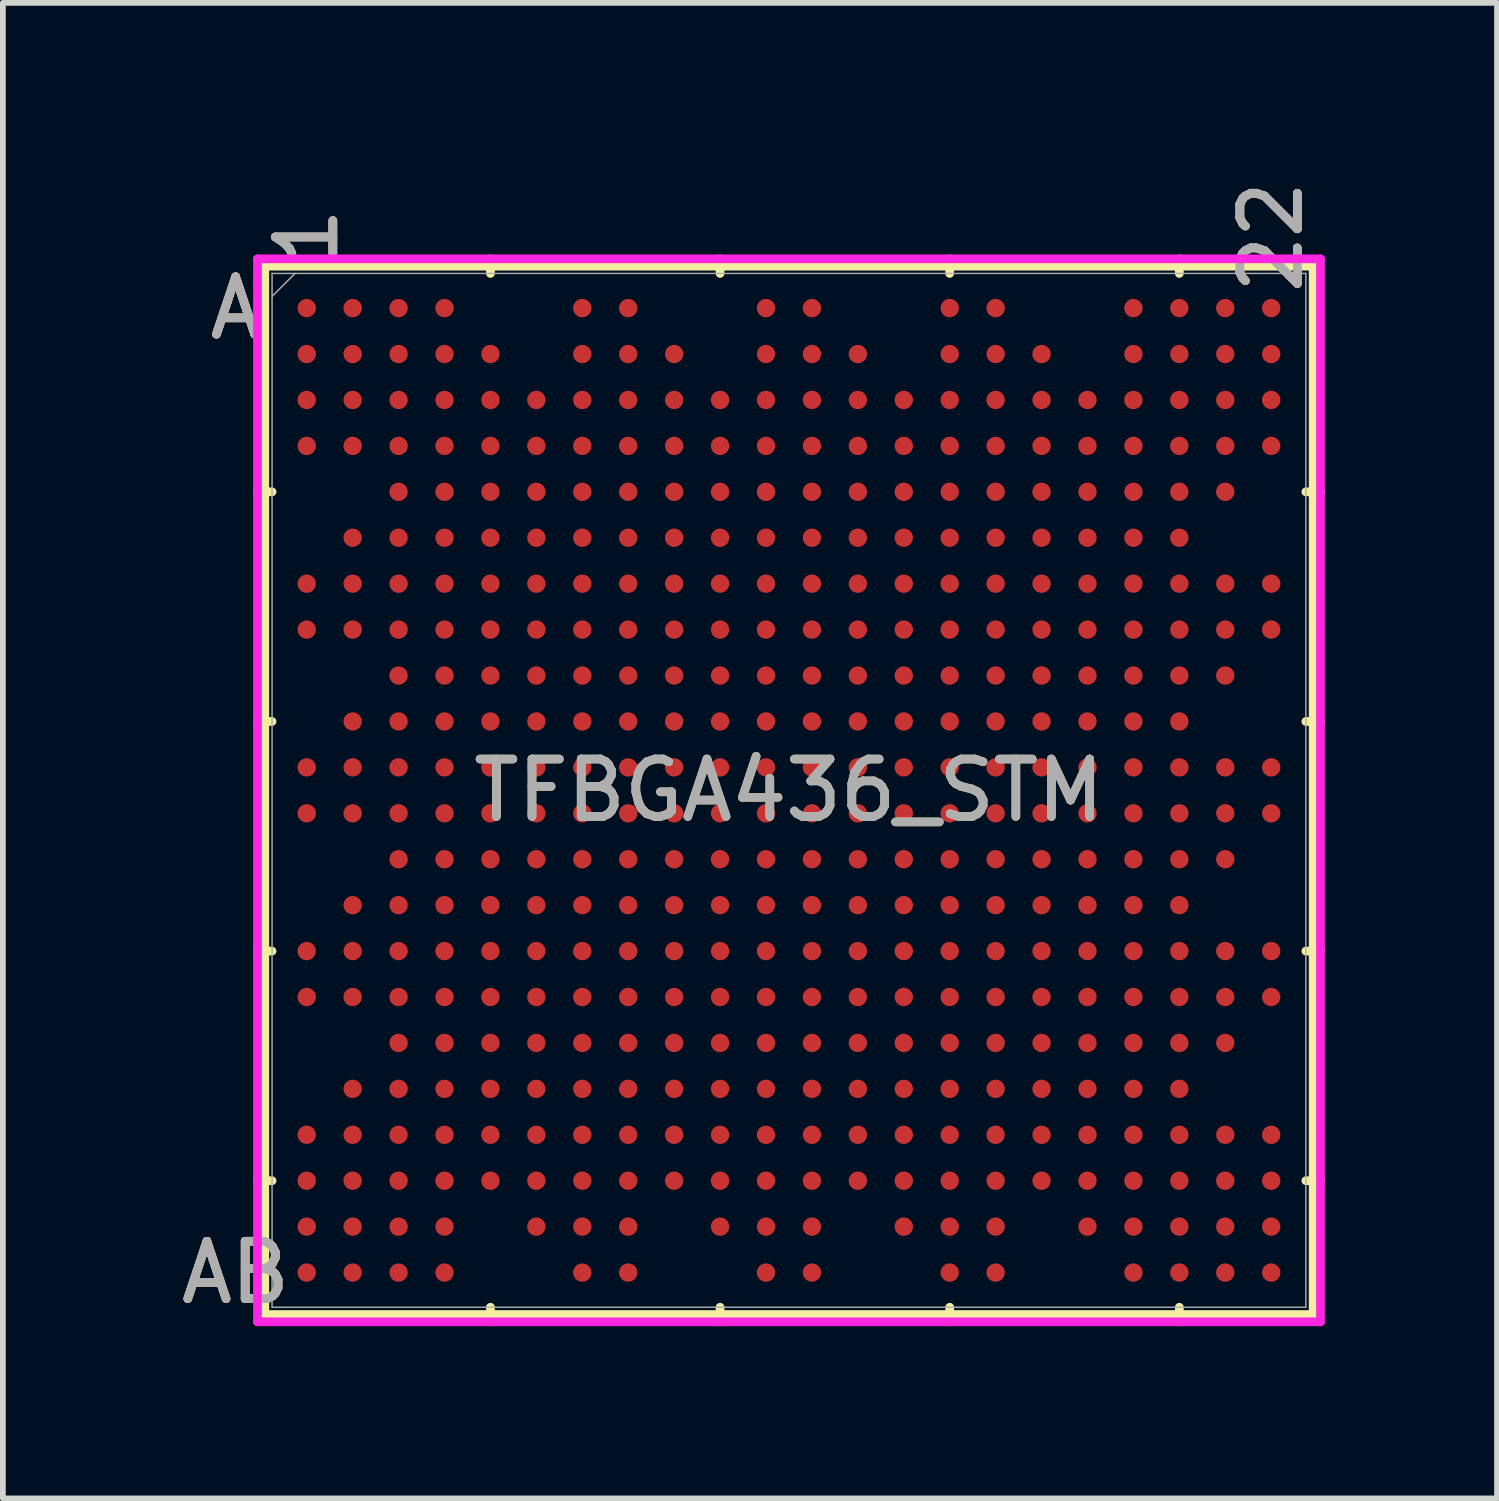
<source format=kicad_pcb>
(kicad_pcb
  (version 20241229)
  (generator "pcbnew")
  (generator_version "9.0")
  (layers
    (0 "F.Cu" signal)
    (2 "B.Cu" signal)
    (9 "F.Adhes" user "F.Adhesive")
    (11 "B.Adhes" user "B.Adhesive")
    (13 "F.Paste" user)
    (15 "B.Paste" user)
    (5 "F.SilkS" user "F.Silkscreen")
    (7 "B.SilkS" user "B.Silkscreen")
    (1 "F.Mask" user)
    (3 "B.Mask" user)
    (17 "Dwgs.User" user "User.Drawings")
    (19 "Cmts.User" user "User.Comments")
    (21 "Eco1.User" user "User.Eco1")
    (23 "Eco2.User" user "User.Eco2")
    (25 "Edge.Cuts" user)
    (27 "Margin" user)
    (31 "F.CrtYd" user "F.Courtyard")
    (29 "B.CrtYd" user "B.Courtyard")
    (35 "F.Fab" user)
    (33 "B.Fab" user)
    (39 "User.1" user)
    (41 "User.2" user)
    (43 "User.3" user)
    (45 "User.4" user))
  (footprint "TFBGA436_STM"
    (layer "F.Cu")
    (at 10.693 10.717)
    (property "Reference" "TFBGA436_STM" (at 0 0 0) (unlocked yes) (layer "F.SilkS") (effects (font (size 1 1) (thickness 0.15))))
    (attr smd)
    (fp_line (start -9.131 -9.131) (end -9.131 9.131) (stroke (width 0.152) (type solid)) (layer "F.SilkS"))
    (fp_line (start -9.131 9.131) (end 9.131 9.131) (stroke (width 0.152) (type solid)) (layer "F.SilkS"))
    (fp_line (start -9.004 -5.2) (end -9.258 -5.2) (stroke (width 0.152) (type solid)) (layer "F.SilkS"))
    (fp_line (start -9.004 -1.2) (end -9.258 -1.2) (stroke (width 0.152) (type solid)) (layer "F.SilkS"))
    (fp_line (start -9.004 2.8) (end -9.258 2.8) (stroke (width 0.152) (type solid)) (layer "F.SilkS"))
    (fp_line (start -9.004 6.8) (end -9.258 6.8) (stroke (width 0.152) (type solid)) (layer "F.SilkS"))
    (fp_line (start -5.2 -9.004) (end -5.2 -9.258) (stroke (width 0.152) (type solid)) (layer "F.SilkS"))
    (fp_line (start -5.2 9.004) (end -5.2 9.258) (stroke (width 0.152) (type solid)) (layer "F.SilkS"))
    (fp_line (start -1.2 -9.004) (end -1.2 -9.258) (stroke (width 0.152) (type solid)) (layer "F.SilkS"))
    (fp_line (start -1.2 9.004) (end -1.2 9.258) (stroke (width 0.152) (type solid)) (layer "F.SilkS"))
    (fp_line (start 2.8 -9.004) (end 2.8 -9.258) (stroke (width 0.152) (type solid)) (layer "F.SilkS"))
    (fp_line (start 2.8 9.004) (end 2.8 9.258) (stroke (width 0.152) (type solid)) (layer "F.SilkS"))
    (fp_line (start 6.8 -9.004) (end 6.8 -9.258) (stroke (width 0.152) (type solid)) (layer "F.SilkS"))
    (fp_line (start 6.8 9.004) (end 6.8 9.258) (stroke (width 0.152) (type solid)) (layer "F.SilkS"))
    (fp_line (start 9.004 -5.2) (end 9.258 -5.2) (stroke (width 0.152) (type solid)) (layer "F.SilkS"))
    (fp_line (start 9.004 -1.2) (end 9.258 -1.2) (stroke (width 0.152) (type solid)) (layer "F.SilkS"))
    (fp_line (start 9.004 2.8) (end 9.258 2.8) (stroke (width 0.152) (type solid)) (layer "F.SilkS"))
    (fp_line (start 9.004 6.8) (end 9.258 6.8) (stroke (width 0.152) (type solid)) (layer "F.SilkS"))
    (fp_line (start 9.131 -9.131) (end -9.131 -9.131) (stroke (width 0.152) (type solid)) (layer "F.SilkS"))
    (fp_line (start 9.131 9.131) (end 9.131 -9.131) (stroke (width 0.152) (type solid)) (layer "F.SilkS"))
    (fp_poly (pts (xy -9.244 -9.244) (xy 9.244 -9.244) (xy 9.244 9.244) (xy -9.244 9.244)) (stroke (width 0.1) (type solid)) (fill no) (layer "Eco2.User"))
    (fp_line (start -9.258 -9.258) (end 9.258 -9.258) (stroke (width 0.152) (type solid)) (layer "F.CrtYd"))
    (fp_line (start -9.258 9.258) (end -9.258 -9.258) (stroke (width 0.152) (type solid)) (layer "F.CrtYd"))
    (fp_line (start 9.258 -9.258) (end 9.258 9.258) (stroke (width 0.152) (type solid)) (layer "F.CrtYd"))
    (fp_line (start 9.258 9.258) (end -9.258 9.258) (stroke (width 0.152) (type solid)) (layer "F.CrtYd"))
    (fp_line (start -9.004 -9.004) (end -9.004 9.004) (stroke (width 0.025) (type solid)) (layer "F.Fab"))
    (fp_line (start -9.004 9.004) (end 9.004 9.004) (stroke (width 0.025) (type solid)) (layer "F.Fab"))
    (fp_line (start -8.604 -9.004) (end -9.004 -8.604) (stroke (width 0.025) (type solid)) (layer "F.Fab"))
    (fp_line (start 9.004 -9.004) (end -9.004 -9.004) (stroke (width 0.025) (type solid)) (layer "F.Fab"))
    (fp_line (start 9.004 9.004) (end 9.004 -9.004) (stroke (width 0.025) (type solid)) (layer "F.Fab"))
    (fp_text user "A" (at -9.639 -8.4 0) (unlocked yes) (layer "F.SilkS") (effects (font (size 1 1) (thickness 0.15))))
    (fp_text user "22" (at 8.4 -9.639 90) (unlocked yes) (layer "F.SilkS") (effects (font (size 1 1) (thickness 0.15))))
    (fp_text user "AB" (at -9.639 8.4 0) (unlocked yes) (layer "F.SilkS") (effects (font (size 1 1) (thickness 0.15))))
    (fp_text user "1" (at -8.4 -9.639 90) (unlocked yes) (layer "F.SilkS") (effects (font (size 1 1) (thickness 0.15))))
    (fp_text user "1" (at -8.4 -9.639 90) (unlocked yes) (layer "B.SilkS") (effects (font (size 1 1) (thickness 0.15))))
    (fp_text user "22" (at 8.4 -9.639 90) (unlocked yes) (layer "B.SilkS") (effects (font (size 1 1) (thickness 0.15))))
    (fp_text user "AB" (at -9.639 8.4 0) (unlocked yes) (layer "B.SilkS") (effects (font (size 1 1) (thickness 0.15))))
    (fp_text user "A" (at -9.639 -8.4 0) (unlocked yes) (layer "B.SilkS") (effects (font (size 1 1) (thickness 0.15))))
    (fp_text user "1" (at -8.4 -9.639 90) (unlocked yes) (layer "F.Fab") (effects (font (size 1 1) (thickness 0.15))))
    (fp_text user "${REFERENCE}" (at 0 0 0) (unlocked yes) (layer "F.Fab") (effects (font (size 1 1) (thickness 0.15))))
    (fp_text user "22" (at 8.4 -9.639 90) (unlocked yes) (layer "F.Fab") (effects (font (size 1 1) (thickness 0.15))))
    (fp_text user "A" (at -9.639 -8.4 0) (unlocked yes) (layer "F.Fab") (effects (font (size 1 1) (thickness 0.15))))
    (fp_text user "AB" (at -9.639 8.4 0) (unlocked yes) (layer "F.Fab") (effects (font (size 1 1) (thickness 0.15))))
    (pad "A1" smd circle (at -8.4 -8.4) (size 0.32 0.32) (layers "F.Cu" "F.Mask" "F.Paste"))
    (pad "A2" smd circle (at -7.6 -8.4) (size 0.32 0.32) (layers "F.Cu" "F.Mask" "F.Paste"))
    (pad "A3" smd circle (at -6.8 -8.4) (size 0.32 0.32) (layers "F.Cu" "F.Mask" "F.Paste"))
    (pad "A4" smd circle (at -6 -8.4) (size 0.32 0.32) (layers "F.Cu" "F.Mask" "F.Paste"))
    (pad "A7" smd circle (at -3.6 -8.4) (size 0.32 0.32) (layers "F.Cu" "F.Mask" "F.Paste"))
    (pad "A8" smd circle (at -2.8 -8.4) (size 0.32 0.32) (layers "F.Cu" "F.Mask" "F.Paste"))
    (pad "A11" smd circle (at -0.4 -8.4) (size 0.32 0.32) (layers "F.Cu" "F.Mask" "F.Paste"))
    (pad "A12" smd circle (at 0.4 -8.4) (size 0.32 0.32) (layers "F.Cu" "F.Mask" "F.Paste"))
    (pad "A15" smd circle (at 2.8 -8.4) (size 0.32 0.32) (layers "F.Cu" "F.Mask" "F.Paste"))
    (pad "A16" smd circle (at 3.6 -8.4) (size 0.32 0.32) (layers "F.Cu" "F.Mask" "F.Paste"))
    (pad "A19" smd circle (at 6 -8.4) (size 0.32 0.32) (layers "F.Cu" "F.Mask" "F.Paste"))
    (pad "A20" smd circle (at 6.8 -8.4) (size 0.32 0.32) (layers "F.Cu" "F.Mask" "F.Paste"))
    (pad "A21" smd circle (at 7.6 -8.4) (size 0.32 0.32) (layers "F.Cu" "F.Mask" "F.Paste"))
    (pad "A22" smd circle (at 8.4 -8.4) (size 0.32 0.32) (layers "F.Cu" "F.Mask" "F.Paste"))
    (pad "AA1" smd circle (at -8.4 7.6) (size 0.32 0.32) (layers "F.Cu" "F.Mask" "F.Paste"))
    (pad "AA2" smd circle (at -7.6 7.6) (size 0.32 0.32) (layers "F.Cu" "F.Mask" "F.Paste"))
    (pad "AA3" smd circle (at -6.8 7.6) (size 0.32 0.32) (layers "F.Cu" "F.Mask" "F.Paste"))
    (pad "AA4" smd circle (at -6 7.6) (size 0.32 0.32) (layers "F.Cu" "F.Mask" "F.Paste"))
    (pad "AA6" smd circle (at -4.4 7.6) (size 0.32 0.32) (layers "F.Cu" "F.Mask" "F.Paste"))
    (pad "AA7" smd circle (at -3.6 7.6) (size 0.32 0.32) (layers "F.Cu" "F.Mask" "F.Paste"))
    (pad "AA8" smd circle (at -2.8 7.6) (size 0.32 0.32) (layers "F.Cu" "F.Mask" "F.Paste"))
    (pad "AA10" smd circle (at -1.2 7.6) (size 0.32 0.32) (layers "F.Cu" "F.Mask" "F.Paste"))
    (pad "AA11" smd circle (at -0.4 7.6) (size 0.32 0.32) (layers "F.Cu" "F.Mask" "F.Paste"))
    (pad "AA12" smd circle (at 0.4 7.6) (size 0.32 0.32) (layers "F.Cu" "F.Mask" "F.Paste"))
    (pad "AA14" smd circle (at 2 7.6) (size 0.32 0.32) (layers "F.Cu" "F.Mask" "F.Paste"))
    (pad "AA15" smd circle (at 2.8 7.6) (size 0.32 0.32) (layers "F.Cu" "F.Mask" "F.Paste"))
    (pad "AA16" smd circle (at 3.6 7.6) (size 0.32 0.32) (layers "F.Cu" "F.Mask" "F.Paste"))
    (pad "AA18" smd circle (at 5.2 7.6) (size 0.32 0.32) (layers "F.Cu" "F.Mask" "F.Paste"))
    (pad "AA19" smd circle (at 6 7.6) (size 0.32 0.32) (layers "F.Cu" "F.Mask" "F.Paste"))
    (pad "AA20" smd circle (at 6.8 7.6) (size 0.32 0.32) (layers "F.Cu" "F.Mask" "F.Paste"))
    (pad "AA21" smd circle (at 7.6 7.6) (size 0.32 0.32) (layers "F.Cu" "F.Mask" "F.Paste"))
    (pad "AA22" smd circle (at 8.4 7.6) (size 0.32 0.32) (layers "F.Cu" "F.Mask" "F.Paste"))
    (pad "AB1" smd circle (at -8.4 8.4) (size 0.32 0.32) (layers "F.Cu" "F.Mask" "F.Paste"))
    (pad "AB2" smd circle (at -7.6 8.4) (size 0.32 0.32) (layers "F.Cu" "F.Mask" "F.Paste"))
    (pad "AB3" smd circle (at -6.8 8.4) (size 0.32 0.32) (layers "F.Cu" "F.Mask" "F.Paste"))
    (pad "AB4" smd circle (at -6 8.4) (size 0.32 0.32) (layers "F.Cu" "F.Mask" "F.Paste"))
    (pad "AB7" smd circle (at -3.6 8.4) (size 0.32 0.32) (layers "F.Cu" "F.Mask" "F.Paste"))
    (pad "AB8" smd circle (at -2.8 8.4) (size 0.32 0.32) (layers "F.Cu" "F.Mask" "F.Paste"))
    (pad "AB11" smd circle (at -0.4 8.4) (size 0.32 0.32) (layers "F.Cu" "F.Mask" "F.Paste"))
    (pad "AB12" smd circle (at 0.4 8.4) (size 0.32 0.32) (layers "F.Cu" "F.Mask" "F.Paste"))
    (pad "AB15" smd circle (at 2.8 8.4) (size 0.32 0.32) (layers "F.Cu" "F.Mask" "F.Paste"))
    (pad "AB16" smd circle (at 3.6 8.4) (size 0.32 0.32) (layers "F.Cu" "F.Mask" "F.Paste"))
    (pad "AB19" smd circle (at 6 8.4) (size 0.32 0.32) (layers "F.Cu" "F.Mask" "F.Paste"))
    (pad "AB20" smd circle (at 6.8 8.4) (size 0.32 0.32) (layers "F.Cu" "F.Mask" "F.Paste"))
    (pad "AB21" smd circle (at 7.6 8.4) (size 0.32 0.32) (layers "F.Cu" "F.Mask" "F.Paste"))
    (pad "AB22" smd circle (at 8.4 8.4) (size 0.32 0.32) (layers "F.Cu" "F.Mask" "F.Paste"))
    (pad "B1" smd circle (at -8.4 -7.6) (size 0.32 0.32) (layers "F.Cu" "F.Mask" "F.Paste"))
    (pad "B2" smd circle (at -7.6 -7.6) (size 0.32 0.32) (layers "F.Cu" "F.Mask" "F.Paste"))
    (pad "B3" smd circle (at -6.8 -7.6) (size 0.32 0.32) (layers "F.Cu" "F.Mask" "F.Paste"))
    (pad "B4" smd circle (at -6 -7.6) (size 0.32 0.32) (layers "F.Cu" "F.Mask" "F.Paste"))
    (pad "B5" smd circle (at -5.2 -7.6) (size 0.32 0.32) (layers "F.Cu" "F.Mask" "F.Paste"))
    (pad "B7" smd circle (at -3.6 -7.6) (size 0.32 0.32) (layers "F.Cu" "F.Mask" "F.Paste"))
    (pad "B8" smd circle (at -2.8 -7.6) (size 0.32 0.32) (layers "F.Cu" "F.Mask" "F.Paste"))
    (pad "B9" smd circle (at -2 -7.6) (size 0.32 0.32) (layers "F.Cu" "F.Mask" "F.Paste"))
    (pad "B11" smd circle (at -0.4 -7.6) (size 0.32 0.32) (layers "F.Cu" "F.Mask" "F.Paste"))
    (pad "B12" smd circle (at 0.4 -7.6) (size 0.32 0.32) (layers "F.Cu" "F.Mask" "F.Paste"))
    (pad "B13" smd circle (at 1.2 -7.6) (size 0.32 0.32) (layers "F.Cu" "F.Mask" "F.Paste"))
    (pad "B15" smd circle (at 2.8 -7.6) (size 0.32 0.32) (layers "F.Cu" "F.Mask" "F.Paste"))
    (pad "B16" smd circle (at 3.6 -7.6) (size 0.32 0.32) (layers "F.Cu" "F.Mask" "F.Paste"))
    (pad "B17" smd circle (at 4.4 -7.6) (size 0.32 0.32) (layers "F.Cu" "F.Mask" "F.Paste"))
    (pad "B19" smd circle (at 6 -7.6) (size 0.32 0.32) (layers "F.Cu" "F.Mask" "F.Paste"))
    (pad "B20" smd circle (at 6.8 -7.6) (size 0.32 0.32) (layers "F.Cu" "F.Mask" "F.Paste"))
    (pad "B21" smd circle (at 7.6 -7.6) (size 0.32 0.32) (layers "F.Cu" "F.Mask" "F.Paste"))
    (pad "B22" smd circle (at 8.4 -7.6) (size 0.32 0.32) (layers "F.Cu" "F.Mask" "F.Paste"))
    (pad "C1" smd circle (at -8.4 -6.8) (size 0.32 0.32) (layers "F.Cu" "F.Mask" "F.Paste"))
    (pad "C2" smd circle (at -7.6 -6.8) (size 0.32 0.32) (layers "F.Cu" "F.Mask" "F.Paste"))
    (pad "C3" smd circle (at -6.8 -6.8) (size 0.32 0.32) (layers "F.Cu" "F.Mask" "F.Paste"))
    (pad "C4" smd circle (at -6 -6.8) (size 0.32 0.32) (layers "F.Cu" "F.Mask" "F.Paste"))
    (pad "C5" smd circle (at -5.2 -6.8) (size 0.32 0.32) (layers "F.Cu" "F.Mask" "F.Paste"))
    (pad "C6" smd circle (at -4.4 -6.8) (size 0.32 0.32) (layers "F.Cu" "F.Mask" "F.Paste"))
    (pad "C7" smd circle (at -3.6 -6.8) (size 0.32 0.32) (layers "F.Cu" "F.Mask" "F.Paste"))
    (pad "C8" smd circle (at -2.8 -6.8) (size 0.32 0.32) (layers "F.Cu" "F.Mask" "F.Paste"))
    (pad "C9" smd circle (at -2 -6.8) (size 0.32 0.32) (layers "F.Cu" "F.Mask" "F.Paste"))
    (pad "C10" smd circle (at -1.2 -6.8) (size 0.32 0.32) (layers "F.Cu" "F.Mask" "F.Paste"))
    (pad "C11" smd circle (at -0.4 -6.8) (size 0.32 0.32) (layers "F.Cu" "F.Mask" "F.Paste"))
    (pad "C12" smd circle (at 0.4 -6.8) (size 0.32 0.32) (layers "F.Cu" "F.Mask" "F.Paste"))
    (pad "C13" smd circle (at 1.2 -6.8) (size 0.32 0.32) (layers "F.Cu" "F.Mask" "F.Paste"))
    (pad "C14" smd circle (at 2 -6.8) (size 0.32 0.32) (layers "F.Cu" "F.Mask" "F.Paste"))
    (pad "C15" smd circle (at 2.8 -6.8) (size 0.32 0.32) (layers "F.Cu" "F.Mask" "F.Paste"))
    (pad "C16" smd circle (at 3.6 -6.8) (size 0.32 0.32) (layers "F.Cu" "F.Mask" "F.Paste"))
    (pad "C17" smd circle (at 4.4 -6.8) (size 0.32 0.32) (layers "F.Cu" "F.Mask" "F.Paste"))
    (pad "C18" smd circle (at 5.2 -6.8) (size 0.32 0.32) (layers "F.Cu" "F.Mask" "F.Paste"))
    (pad "C19" smd circle (at 6 -6.8) (size 0.32 0.32) (layers "F.Cu" "F.Mask" "F.Paste"))
    (pad "C20" smd circle (at 6.8 -6.8) (size 0.32 0.32) (layers "F.Cu" "F.Mask" "F.Paste"))
    (pad "C21" smd circle (at 7.6 -6.8) (size 0.32 0.32) (layers "F.Cu" "F.Mask" "F.Paste"))
    (pad "C22" smd circle (at 8.4 -6.8) (size 0.32 0.32) (layers "F.Cu" "F.Mask" "F.Paste"))
    (pad "D1" smd circle (at -8.4 -6) (size 0.32 0.32) (layers "F.Cu" "F.Mask" "F.Paste"))
    (pad "D2" smd circle (at -7.6 -6) (size 0.32 0.32) (layers "F.Cu" "F.Mask" "F.Paste"))
    (pad "D3" smd circle (at -6.8 -6) (size 0.32 0.32) (layers "F.Cu" "F.Mask" "F.Paste"))
    (pad "D4" smd circle (at -6 -6) (size 0.32 0.32) (layers "F.Cu" "F.Mask" "F.Paste"))
    (pad "D5" smd circle (at -5.2 -6) (size 0.32 0.32) (layers "F.Cu" "F.Mask" "F.Paste"))
    (pad "D6" smd circle (at -4.4 -6) (size 0.32 0.32) (layers "F.Cu" "F.Mask" "F.Paste"))
    (pad "D7" smd circle (at -3.6 -6) (size 0.32 0.32) (layers "F.Cu" "F.Mask" "F.Paste"))
    (pad "D8" smd circle (at -2.8 -6) (size 0.32 0.32) (layers "F.Cu" "F.Mask" "F.Paste"))
    (pad "D9" smd circle (at -2 -6) (size 0.32 0.32) (layers "F.Cu" "F.Mask" "F.Paste"))
    (pad "D10" smd circle (at -1.2 -6) (size 0.32 0.32) (layers "F.Cu" "F.Mask" "F.Paste"))
    (pad "D11" smd circle (at -0.4 -6) (size 0.32 0.32) (layers "F.Cu" "F.Mask" "F.Paste"))
    (pad "D12" smd circle (at 0.4 -6) (size 0.32 0.32) (layers "F.Cu" "F.Mask" "F.Paste"))
    (pad "D13" smd circle (at 1.2 -6) (size 0.32 0.32) (layers "F.Cu" "F.Mask" "F.Paste"))
    (pad "D14" smd circle (at 2 -6) (size 0.32 0.32) (layers "F.Cu" "F.Mask" "F.Paste"))
    (pad "D15" smd circle (at 2.8 -6) (size 0.32 0.32) (layers "F.Cu" "F.Mask" "F.Paste"))
    (pad "D16" smd circle (at 3.6 -6) (size 0.32 0.32) (layers "F.Cu" "F.Mask" "F.Paste"))
    (pad "D17" smd circle (at 4.4 -6) (size 0.32 0.32) (layers "F.Cu" "F.Mask" "F.Paste"))
    (pad "D18" smd circle (at 5.2 -6) (size 0.32 0.32) (layers "F.Cu" "F.Mask" "F.Paste"))
    (pad "D19" smd circle (at 6 -6) (size 0.32 0.32) (layers "F.Cu" "F.Mask" "F.Paste"))
    (pad "D20" smd circle (at 6.8 -6) (size 0.32 0.32) (layers "F.Cu" "F.Mask" "F.Paste"))
    (pad "D21" smd circle (at 7.6 -6) (size 0.32 0.32) (layers "F.Cu" "F.Mask" "F.Paste"))
    (pad "D22" smd circle (at 8.4 -6) (size 0.32 0.32) (layers "F.Cu" "F.Mask" "F.Paste"))
    (pad "E3" smd circle (at -6.8 -5.2) (size 0.32 0.32) (layers "F.Cu" "F.Mask" "F.Paste"))
    (pad "E4" smd circle (at -6 -5.2) (size 0.32 0.32) (layers "F.Cu" "F.Mask" "F.Paste"))
    (pad "E5" smd circle (at -5.2 -5.2) (size 0.32 0.32) (layers "F.Cu" "F.Mask" "F.Paste"))
    (pad "E6" smd circle (at -4.4 -5.2) (size 0.32 0.32) (layers "F.Cu" "F.Mask" "F.Paste"))
    (pad "E7" smd circle (at -3.6 -5.2) (size 0.32 0.32) (layers "F.Cu" "F.Mask" "F.Paste"))
    (pad "E8" smd circle (at -2.8 -5.2) (size 0.32 0.32) (layers "F.Cu" "F.Mask" "F.Paste"))
    (pad "E9" smd circle (at -2 -5.2) (size 0.32 0.32) (layers "F.Cu" "F.Mask" "F.Paste"))
    (pad "E10" smd circle (at -1.2 -5.2) (size 0.32 0.32) (layers "F.Cu" "F.Mask" "F.Paste"))
    (pad "E11" smd circle (at -0.4 -5.2) (size 0.32 0.32) (layers "F.Cu" "F.Mask" "F.Paste"))
    (pad "E12" smd circle (at 0.4 -5.2) (size 0.32 0.32) (layers "F.Cu" "F.Mask" "F.Paste"))
    (pad "E13" smd circle (at 1.2 -5.2) (size 0.32 0.32) (layers "F.Cu" "F.Mask" "F.Paste"))
    (pad "E14" smd circle (at 2 -5.2) (size 0.32 0.32) (layers "F.Cu" "F.Mask" "F.Paste"))
    (pad "E15" smd circle (at 2.8 -5.2) (size 0.32 0.32) (layers "F.Cu" "F.Mask" "F.Paste"))
    (pad "E16" smd circle (at 3.6 -5.2) (size 0.32 0.32) (layers "F.Cu" "F.Mask" "F.Paste"))
    (pad "E17" smd circle (at 4.4 -5.2) (size 0.32 0.32) (layers "F.Cu" "F.Mask" "F.Paste"))
    (pad "E18" smd circle (at 5.2 -5.2) (size 0.32 0.32) (layers "F.Cu" "F.Mask" "F.Paste"))
    (pad "E19" smd circle (at 6 -5.2) (size 0.32 0.32) (layers "F.Cu" "F.Mask" "F.Paste"))
    (pad "E20" smd circle (at 6.8 -5.2) (size 0.32 0.32) (layers "F.Cu" "F.Mask" "F.Paste"))
    (pad "E21" smd circle (at 7.6 -5.2) (size 0.32 0.32) (layers "F.Cu" "F.Mask" "F.Paste"))
    (pad "F2" smd circle (at -7.6 -4.4) (size 0.32 0.32) (layers "F.Cu" "F.Mask" "F.Paste"))
    (pad "F3" smd circle (at -6.8 -4.4) (size 0.32 0.32) (layers "F.Cu" "F.Mask" "F.Paste"))
    (pad "F4" smd circle (at -6 -4.4) (size 0.32 0.32) (layers "F.Cu" "F.Mask" "F.Paste"))
    (pad "F5" smd circle (at -5.2 -4.4) (size 0.32 0.32) (layers "F.Cu" "F.Mask" "F.Paste"))
    (pad "F6" smd circle (at -4.4 -4.4) (size 0.32 0.32) (layers "F.Cu" "F.Mask" "F.Paste"))
    (pad "F7" smd circle (at -3.6 -4.4) (size 0.32 0.32) (layers "F.Cu" "F.Mask" "F.Paste"))
    (pad "F8" smd circle (at -2.8 -4.4) (size 0.32 0.32) (layers "F.Cu" "F.Mask" "F.Paste"))
    (pad "F9" smd circle (at -2 -4.4) (size 0.32 0.32) (layers "F.Cu" "F.Mask" "F.Paste"))
    (pad "F10" smd circle (at -1.2 -4.4) (size 0.32 0.32) (layers "F.Cu" "F.Mask" "F.Paste"))
    (pad "F11" smd circle (at -0.4 -4.4) (size 0.32 0.32) (layers "F.Cu" "F.Mask" "F.Paste"))
    (pad "F12" smd circle (at 0.4 -4.4) (size 0.32 0.32) (layers "F.Cu" "F.Mask" "F.Paste"))
    (pad "F13" smd circle (at 1.2 -4.4) (size 0.32 0.32) (layers "F.Cu" "F.Mask" "F.Paste"))
    (pad "F14" smd circle (at 2 -4.4) (size 0.32 0.32) (layers "F.Cu" "F.Mask" "F.Paste"))
    (pad "F15" smd circle (at 2.8 -4.4) (size 0.32 0.32) (layers "F.Cu" "F.Mask" "F.Paste"))
    (pad "F16" smd circle (at 3.6 -4.4) (size 0.32 0.32) (layers "F.Cu" "F.Mask" "F.Paste"))
    (pad "F17" smd circle (at 4.4 -4.4) (size 0.32 0.32) (layers "F.Cu" "F.Mask" "F.Paste"))
    (pad "F18" smd circle (at 5.2 -4.4) (size 0.32 0.32) (layers "F.Cu" "F.Mask" "F.Paste"))
    (pad "F19" smd circle (at 6 -4.4) (size 0.32 0.32) (layers "F.Cu" "F.Mask" "F.Paste"))
    (pad "F20" smd circle (at 6.8 -4.4) (size 0.32 0.32) (layers "F.Cu" "F.Mask" "F.Paste"))
    (pad "G1" smd circle (at -8.4 -3.6) (size 0.32 0.32) (layers "F.Cu" "F.Mask" "F.Paste"))
    (pad "G2" smd circle (at -7.6 -3.6) (size 0.32 0.32) (layers "F.Cu" "F.Mask" "F.Paste"))
    (pad "G3" smd circle (at -6.8 -3.6) (size 0.32 0.32) (layers "F.Cu" "F.Mask" "F.Paste"))
    (pad "G4" smd circle (at -6 -3.6) (size 0.32 0.32) (layers "F.Cu" "F.Mask" "F.Paste"))
    (pad "G5" smd circle (at -5.2 -3.6) (size 0.32 0.32) (layers "F.Cu" "F.Mask" "F.Paste"))
    (pad "G6" smd circle (at -4.4 -3.6) (size 0.32 0.32) (layers "F.Cu" "F.Mask" "F.Paste"))
    (pad "G7" smd circle (at -3.6 -3.6) (size 0.32 0.32) (layers "F.Cu" "F.Mask" "F.Paste"))
    (pad "G8" smd circle (at -2.8 -3.6) (size 0.32 0.32) (layers "F.Cu" "F.Mask" "F.Paste"))
    (pad "G9" smd circle (at -2 -3.6) (size 0.32 0.32) (layers "F.Cu" "F.Mask" "F.Paste"))
    (pad "G10" smd circle (at -1.2 -3.6) (size 0.32 0.32) (layers "F.Cu" "F.Mask" "F.Paste"))
    (pad "G11" smd circle (at -0.4 -3.6) (size 0.32 0.32) (layers "F.Cu" "F.Mask" "F.Paste"))
    (pad "G12" smd circle (at 0.4 -3.6) (size 0.32 0.32) (layers "F.Cu" "F.Mask" "F.Paste"))
    (pad "G13" smd circle (at 1.2 -3.6) (size 0.32 0.32) (layers "F.Cu" "F.Mask" "F.Paste"))
    (pad "G14" smd circle (at 2 -3.6) (size 0.32 0.32) (layers "F.Cu" "F.Mask" "F.Paste"))
    (pad "G15" smd circle (at 2.8 -3.6) (size 0.32 0.32) (layers "F.Cu" "F.Mask" "F.Paste"))
    (pad "G16" smd circle (at 3.6 -3.6) (size 0.32 0.32) (layers "F.Cu" "F.Mask" "F.Paste"))
    (pad "G17" smd circle (at 4.4 -3.6) (size 0.32 0.32) (layers "F.Cu" "F.Mask" "F.Paste"))
    (pad "G18" smd circle (at 5.2 -3.6) (size 0.32 0.32) (layers "F.Cu" "F.Mask" "F.Paste"))
    (pad "G19" smd circle (at 6 -3.6) (size 0.32 0.32) (layers "F.Cu" "F.Mask" "F.Paste"))
    (pad "G20" smd circle (at 6.8 -3.6) (size 0.32 0.32) (layers "F.Cu" "F.Mask" "F.Paste"))
    (pad "G21" smd circle (at 7.6 -3.6) (size 0.32 0.32) (layers "F.Cu" "F.Mask" "F.Paste"))
    (pad "G22" smd circle (at 8.4 -3.6) (size 0.32 0.32) (layers "F.Cu" "F.Mask" "F.Paste"))
    (pad "H1" smd circle (at -8.4 -2.8) (size 0.32 0.32) (layers "F.Cu" "F.Mask" "F.Paste"))
    (pad "H2" smd circle (at -7.6 -2.8) (size 0.32 0.32) (layers "F.Cu" "F.Mask" "F.Paste"))
    (pad "H3" smd circle (at -6.8 -2.8) (size 0.32 0.32) (layers "F.Cu" "F.Mask" "F.Paste"))
    (pad "H4" smd circle (at -6 -2.8) (size 0.32 0.32) (layers "F.Cu" "F.Mask" "F.Paste"))
    (pad "H5" smd circle (at -5.2 -2.8) (size 0.32 0.32) (layers "F.Cu" "F.Mask" "F.Paste"))
    (pad "H6" smd circle (at -4.4 -2.8) (size 0.32 0.32) (layers "F.Cu" "F.Mask" "F.Paste"))
    (pad "H7" smd circle (at -3.6 -2.8) (size 0.32 0.32) (layers "F.Cu" "F.Mask" "F.Paste"))
    (pad "H8" smd circle (at -2.8 -2.8) (size 0.32 0.32) (layers "F.Cu" "F.Mask" "F.Paste"))
    (pad "H9" smd circle (at -2 -2.8) (size 0.32 0.32) (layers "F.Cu" "F.Mask" "F.Paste"))
    (pad "H10" smd circle (at -1.2 -2.8) (size 0.32 0.32) (layers "F.Cu" "F.Mask" "F.Paste"))
    (pad "H11" smd circle (at -0.4 -2.8) (size 0.32 0.32) (layers "F.Cu" "F.Mask" "F.Paste"))
    (pad "H12" smd circle (at 0.4 -2.8) (size 0.32 0.32) (layers "F.Cu" "F.Mask" "F.Paste"))
    (pad "H13" smd circle (at 1.2 -2.8) (size 0.32 0.32) (layers "F.Cu" "F.Mask" "F.Paste"))
    (pad "H14" smd circle (at 2 -2.8) (size 0.32 0.32) (layers "F.Cu" "F.Mask" "F.Paste"))
    (pad "H15" smd circle (at 2.8 -2.8) (size 0.32 0.32) (layers "F.Cu" "F.Mask" "F.Paste"))
    (pad "H16" smd circle (at 3.6 -2.8) (size 0.32 0.32) (layers "F.Cu" "F.Mask" "F.Paste"))
    (pad "H17" smd circle (at 4.4 -2.8) (size 0.32 0.32) (layers "F.Cu" "F.Mask" "F.Paste"))
    (pad "H18" smd circle (at 5.2 -2.8) (size 0.32 0.32) (layers "F.Cu" "F.Mask" "F.Paste"))
    (pad "H19" smd circle (at 6 -2.8) (size 0.32 0.32) (layers "F.Cu" "F.Mask" "F.Paste"))
    (pad "H20" smd circle (at 6.8 -2.8) (size 0.32 0.32) (layers "F.Cu" "F.Mask" "F.Paste"))
    (pad "H21" smd circle (at 7.6 -2.8) (size 0.32 0.32) (layers "F.Cu" "F.Mask" "F.Paste"))
    (pad "H22" smd circle (at 8.4 -2.8) (size 0.32 0.32) (layers "F.Cu" "F.Mask" "F.Paste"))
    (pad "J3" smd circle (at -6.8 -2) (size 0.32 0.32) (layers "F.Cu" "F.Mask" "F.Paste"))
    (pad "J4" smd circle (at -6 -2) (size 0.32 0.32) (layers "F.Cu" "F.Mask" "F.Paste"))
    (pad "J5" smd circle (at -5.2 -2) (size 0.32 0.32) (layers "F.Cu" "F.Mask" "F.Paste"))
    (pad "J6" smd circle (at -4.4 -2) (size 0.32 0.32) (layers "F.Cu" "F.Mask" "F.Paste"))
    (pad "J7" smd circle (at -3.6 -2) (size 0.32 0.32) (layers "F.Cu" "F.Mask" "F.Paste"))
    (pad "J8" smd circle (at -2.8 -2) (size 0.32 0.32) (layers "F.Cu" "F.Mask" "F.Paste"))
    (pad "J9" smd circle (at -2 -2) (size 0.32 0.32) (layers "F.Cu" "F.Mask" "F.Paste"))
    (pad "J10" smd circle (at -1.2 -2) (size 0.32 0.32) (layers "F.Cu" "F.Mask" "F.Paste"))
    (pad "J11" smd circle (at -0.4 -2) (size 0.32 0.32) (layers "F.Cu" "F.Mask" "F.Paste"))
    (pad "J12" smd circle (at 0.4 -2) (size 0.32 0.32) (layers "F.Cu" "F.Mask" "F.Paste"))
    (pad "J13" smd circle (at 1.2 -2) (size 0.32 0.32) (layers "F.Cu" "F.Mask" "F.Paste"))
    (pad "J14" smd circle (at 2 -2) (size 0.32 0.32) (layers "F.Cu" "F.Mask" "F.Paste"))
    (pad "J15" smd circle (at 2.8 -2) (size 0.32 0.32) (layers "F.Cu" "F.Mask" "F.Paste"))
    (pad "J16" smd circle (at 3.6 -2) (size 0.32 0.32) (layers "F.Cu" "F.Mask" "F.Paste"))
    (pad "J17" smd circle (at 4.4 -2) (size 0.32 0.32) (layers "F.Cu" "F.Mask" "F.Paste"))
    (pad "J18" smd circle (at 5.2 -2) (size 0.32 0.32) (layers "F.Cu" "F.Mask" "F.Paste"))
    (pad "J19" smd circle (at 6 -2) (size 0.32 0.32) (layers "F.Cu" "F.Mask" "F.Paste"))
    (pad "J20" smd circle (at 6.8 -2) (size 0.32 0.32) (layers "F.Cu" "F.Mask" "F.Paste"))
    (pad "J21" smd circle (at 7.6 -2) (size 0.32 0.32) (layers "F.Cu" "F.Mask" "F.Paste"))
    (pad "K2" smd circle (at -7.6 -1.2) (size 0.32 0.32) (layers "F.Cu" "F.Mask" "F.Paste"))
    (pad "K3" smd circle (at -6.8 -1.2) (size 0.32 0.32) (layers "F.Cu" "F.Mask" "F.Paste"))
    (pad "K4" smd circle (at -6 -1.2) (size 0.32 0.32) (layers "F.Cu" "F.Mask" "F.Paste"))
    (pad "K5" smd circle (at -5.2 -1.2) (size 0.32 0.32) (layers "F.Cu" "F.Mask" "F.Paste"))
    (pad "K6" smd circle (at -4.4 -1.2) (size 0.32 0.32) (layers "F.Cu" "F.Mask" "F.Paste"))
    (pad "K7" smd circle (at -3.6 -1.2) (size 0.32 0.32) (layers "F.Cu" "F.Mask" "F.Paste"))
    (pad "K8" smd circle (at -2.8 -1.2) (size 0.32 0.32) (layers "F.Cu" "F.Mask" "F.Paste"))
    (pad "K9" smd circle (at -2 -1.2) (size 0.32 0.32) (layers "F.Cu" "F.Mask" "F.Paste"))
    (pad "K10" smd circle (at -1.2 -1.2) (size 0.32 0.32) (layers "F.Cu" "F.Mask" "F.Paste"))
    (pad "K11" smd circle (at -0.4 -1.2) (size 0.32 0.32) (layers "F.Cu" "F.Mask" "F.Paste"))
    (pad "K12" smd circle (at 0.4 -1.2) (size 0.32 0.32) (layers "F.Cu" "F.Mask" "F.Paste"))
    (pad "K13" smd circle (at 1.2 -1.2) (size 0.32 0.32) (layers "F.Cu" "F.Mask" "F.Paste"))
    (pad "K14" smd circle (at 2 -1.2) (size 0.32 0.32) (layers "F.Cu" "F.Mask" "F.Paste"))
    (pad "K15" smd circle (at 2.8 -1.2) (size 0.32 0.32) (layers "F.Cu" "F.Mask" "F.Paste"))
    (pad "K16" smd circle (at 3.6 -1.2) (size 0.32 0.32) (layers "F.Cu" "F.Mask" "F.Paste"))
    (pad "K17" smd circle (at 4.4 -1.2) (size 0.32 0.32) (layers "F.Cu" "F.Mask" "F.Paste"))
    (pad "K18" smd circle (at 5.2 -1.2) (size 0.32 0.32) (layers "F.Cu" "F.Mask" "F.Paste"))
    (pad "K19" smd circle (at 6 -1.2) (size 0.32 0.32) (layers "F.Cu" "F.Mask" "F.Paste"))
    (pad "K20" smd circle (at 6.8 -1.2) (size 0.32 0.32) (layers "F.Cu" "F.Mask" "F.Paste"))
    (pad "L1" smd circle (at -8.4 -0.4) (size 0.32 0.32) (layers "F.Cu" "F.Mask" "F.Paste"))
    (pad "L2" smd circle (at -7.6 -0.4) (size 0.32 0.32) (layers "F.Cu" "F.Mask" "F.Paste"))
    (pad "L3" smd circle (at -6.8 -0.4) (size 0.32 0.32) (layers "F.Cu" "F.Mask" "F.Paste"))
    (pad "L4" smd circle (at -6 -0.4) (size 0.32 0.32) (layers "F.Cu" "F.Mask" "F.Paste"))
    (pad "L5" smd circle (at -5.2 -0.4) (size 0.32 0.32) (layers "F.Cu" "F.Mask" "F.Paste"))
    (pad "L6" smd circle (at -4.4 -0.4) (size 0.32 0.32) (layers "F.Cu" "F.Mask" "F.Paste"))
    (pad "L7" smd circle (at -3.6 -0.4) (size 0.32 0.32) (layers "F.Cu" "F.Mask" "F.Paste"))
    (pad "L8" smd circle (at -2.8 -0.4) (size 0.32 0.32) (layers "F.Cu" "F.Mask" "F.Paste"))
    (pad "L9" smd circle (at -2 -0.4) (size 0.32 0.32) (layers "F.Cu" "F.Mask" "F.Paste"))
    (pad "L10" smd circle (at -1.2 -0.4) (size 0.32 0.32) (layers "F.Cu" "F.Mask" "F.Paste"))
    (pad "L11" smd circle (at -0.4 -0.4) (size 0.32 0.32) (layers "F.Cu" "F.Mask" "F.Paste"))
    (pad "L12" smd circle (at 0.4 -0.4) (size 0.32 0.32) (layers "F.Cu" "F.Mask" "F.Paste"))
    (pad "L13" smd circle (at 1.2 -0.4) (size 0.32 0.32) (layers "F.Cu" "F.Mask" "F.Paste"))
    (pad "L14" smd circle (at 2 -0.4) (size 0.32 0.32) (layers "F.Cu" "F.Mask" "F.Paste"))
    (pad "L15" smd circle (at 2.8 -0.4) (size 0.32 0.32) (layers "F.Cu" "F.Mask" "F.Paste"))
    (pad "L16" smd circle (at 3.6 -0.4) (size 0.32 0.32) (layers "F.Cu" "F.Mask" "F.Paste"))
    (pad "L17" smd circle (at 4.4 -0.4) (size 0.32 0.32) (layers "F.Cu" "F.Mask" "F.Paste"))
    (pad "L18" smd circle (at 5.2 -0.4) (size 0.32 0.32) (layers "F.Cu" "F.Mask" "F.Paste"))
    (pad "L19" smd circle (at 6 -0.4) (size 0.32 0.32) (layers "F.Cu" "F.Mask" "F.Paste"))
    (pad "L20" smd circle (at 6.8 -0.4) (size 0.32 0.32) (layers "F.Cu" "F.Mask" "F.Paste"))
    (pad "L21" smd circle (at 7.6 -0.4) (size 0.32 0.32) (layers "F.Cu" "F.Mask" "F.Paste"))
    (pad "L22" smd circle (at 8.4 -0.4) (size 0.32 0.32) (layers "F.Cu" "F.Mask" "F.Paste"))
    (pad "M1" smd circle (at -8.4 0.4) (size 0.32 0.32) (layers "F.Cu" "F.Mask" "F.Paste"))
    (pad "M2" smd circle (at -7.6 0.4) (size 0.32 0.32) (layers "F.Cu" "F.Mask" "F.Paste"))
    (pad "M3" smd circle (at -6.8 0.4) (size 0.32 0.32) (layers "F.Cu" "F.Mask" "F.Paste"))
    (pad "M4" smd circle (at -6 0.4) (size 0.32 0.32) (layers "F.Cu" "F.Mask" "F.Paste"))
    (pad "M5" smd circle (at -5.2 0.4) (size 0.32 0.32) (layers "F.Cu" "F.Mask" "F.Paste"))
    (pad "M6" smd circle (at -4.4 0.4) (size 0.32 0.32) (layers "F.Cu" "F.Mask" "F.Paste"))
    (pad "M7" smd circle (at -3.6 0.4) (size 0.32 0.32) (layers "F.Cu" "F.Mask" "F.Paste"))
    (pad "M8" smd circle (at -2.8 0.4) (size 0.32 0.32) (layers "F.Cu" "F.Mask" "F.Paste"))
    (pad "M9" smd circle (at -2 0.4) (size 0.32 0.32) (layers "F.Cu" "F.Mask" "F.Paste"))
    (pad "M10" smd circle (at -1.2 0.4) (size 0.32 0.32) (layers "F.Cu" "F.Mask" "F.Paste"))
    (pad "M11" smd circle (at -0.4 0.4) (size 0.32 0.32) (layers "F.Cu" "F.Mask" "F.Paste"))
    (pad "M12" smd circle (at 0.4 0.4) (size 0.32 0.32) (layers "F.Cu" "F.Mask" "F.Paste"))
    (pad "M13" smd circle (at 1.2 0.4) (size 0.32 0.32) (layers "F.Cu" "F.Mask" "F.Paste"))
    (pad "M14" smd circle (at 2 0.4) (size 0.32 0.32) (layers "F.Cu" "F.Mask" "F.Paste"))
    (pad "M15" smd circle (at 2.8 0.4) (size 0.32 0.32) (layers "F.Cu" "F.Mask" "F.Paste"))
    (pad "M16" smd circle (at 3.6 0.4) (size 0.32 0.32) (layers "F.Cu" "F.Mask" "F.Paste"))
    (pad "M17" smd circle (at 4.4 0.4) (size 0.32 0.32) (layers "F.Cu" "F.Mask" "F.Paste"))
    (pad "M18" smd circle (at 5.2 0.4) (size 0.32 0.32) (layers "F.Cu" "F.Mask" "F.Paste"))
    (pad "M19" smd circle (at 6 0.4) (size 0.32 0.32) (layers "F.Cu" "F.Mask" "F.Paste"))
    (pad "M20" smd circle (at 6.8 0.4) (size 0.32 0.32) (layers "F.Cu" "F.Mask" "F.Paste"))
    (pad "M21" smd circle (at 7.6 0.4) (size 0.32 0.32) (layers "F.Cu" "F.Mask" "F.Paste"))
    (pad "M22" smd circle (at 8.4 0.4) (size 0.32 0.32) (layers "F.Cu" "F.Mask" "F.Paste"))
    (pad "N3" smd circle (at -6.8 1.2) (size 0.32 0.32) (layers "F.Cu" "F.Mask" "F.Paste"))
    (pad "N4" smd circle (at -6 1.2) (size 0.32 0.32) (layers "F.Cu" "F.Mask" "F.Paste"))
    (pad "N5" smd circle (at -5.2 1.2) (size 0.32 0.32) (layers "F.Cu" "F.Mask" "F.Paste"))
    (pad "N6" smd circle (at -4.4 1.2) (size 0.32 0.32) (layers "F.Cu" "F.Mask" "F.Paste"))
    (pad "N7" smd circle (at -3.6 1.2) (size 0.32 0.32) (layers "F.Cu" "F.Mask" "F.Paste"))
    (pad "N8" smd circle (at -2.8 1.2) (size 0.32 0.32) (layers "F.Cu" "F.Mask" "F.Paste"))
    (pad "N9" smd circle (at -2 1.2) (size 0.32 0.32) (layers "F.Cu" "F.Mask" "F.Paste"))
    (pad "N10" smd circle (at -1.2 1.2) (size 0.32 0.32) (layers "F.Cu" "F.Mask" "F.Paste"))
    (pad "N11" smd circle (at -0.4 1.2) (size 0.32 0.32) (layers "F.Cu" "F.Mask" "F.Paste"))
    (pad "N12" smd circle (at 0.4 1.2) (size 0.32 0.32) (layers "F.Cu" "F.Mask" "F.Paste"))
    (pad "N13" smd circle (at 1.2 1.2) (size 0.32 0.32) (layers "F.Cu" "F.Mask" "F.Paste"))
    (pad "N14" smd circle (at 2 1.2) (size 0.32 0.32) (layers "F.Cu" "F.Mask" "F.Paste"))
    (pad "N15" smd circle (at 2.8 1.2) (size 0.32 0.32) (layers "F.Cu" "F.Mask" "F.Paste"))
    (pad "N16" smd circle (at 3.6 1.2) (size 0.32 0.32) (layers "F.Cu" "F.Mask" "F.Paste"))
    (pad "N17" smd circle (at 4.4 1.2) (size 0.32 0.32) (layers "F.Cu" "F.Mask" "F.Paste"))
    (pad "N18" smd circle (at 5.2 1.2) (size 0.32 0.32) (layers "F.Cu" "F.Mask" "F.Paste"))
    (pad "N19" smd circle (at 6 1.2) (size 0.32 0.32) (layers "F.Cu" "F.Mask" "F.Paste"))
    (pad "N20" smd circle (at 6.8 1.2) (size 0.32 0.32) (layers "F.Cu" "F.Mask" "F.Paste"))
    (pad "N21" smd circle (at 7.6 1.2) (size 0.32 0.32) (layers "F.Cu" "F.Mask" "F.Paste"))
    (pad "P2" smd circle (at -7.6 2) (size 0.32 0.32) (layers "F.Cu" "F.Mask" "F.Paste"))
    (pad "P3" smd circle (at -6.8 2) (size 0.32 0.32) (layers "F.Cu" "F.Mask" "F.Paste"))
    (pad "P4" smd circle (at -6 2) (size 0.32 0.32) (layers "F.Cu" "F.Mask" "F.Paste"))
    (pad "P5" smd circle (at -5.2 2) (size 0.32 0.32) (layers "F.Cu" "F.Mask" "F.Paste"))
    (pad "P6" smd circle (at -4.4 2) (size 0.32 0.32) (layers "F.Cu" "F.Mask" "F.Paste"))
    (pad "P7" smd circle (at -3.6 2) (size 0.32 0.32) (layers "F.Cu" "F.Mask" "F.Paste"))
    (pad "P8" smd circle (at -2.8 2) (size 0.32 0.32) (layers "F.Cu" "F.Mask" "F.Paste"))
    (pad "P9" smd circle (at -2 2) (size 0.32 0.32) (layers "F.Cu" "F.Mask" "F.Paste"))
    (pad "P10" smd circle (at -1.2 2) (size 0.32 0.32) (layers "F.Cu" "F.Mask" "F.Paste"))
    (pad "P11" smd circle (at -0.4 2) (size 0.32 0.32) (layers "F.Cu" "F.Mask" "F.Paste"))
    (pad "P12" smd circle (at 0.4 2) (size 0.32 0.32) (layers "F.Cu" "F.Mask" "F.Paste"))
    (pad "P13" smd circle (at 1.2 2) (size 0.32 0.32) (layers "F.Cu" "F.Mask" "F.Paste"))
    (pad "P14" smd circle (at 2 2) (size 0.32 0.32) (layers "F.Cu" "F.Mask" "F.Paste"))
    (pad "P15" smd circle (at 2.8 2) (size 0.32 0.32) (layers "F.Cu" "F.Mask" "F.Paste"))
    (pad "P16" smd circle (at 3.6 2) (size 0.32 0.32) (layers "F.Cu" "F.Mask" "F.Paste"))
    (pad "P17" smd circle (at 4.4 2) (size 0.32 0.32) (layers "F.Cu" "F.Mask" "F.Paste"))
    (pad "P18" smd circle (at 5.2 2) (size 0.32 0.32) (layers "F.Cu" "F.Mask" "F.Paste"))
    (pad "P19" smd circle (at 6 2) (size 0.32 0.32) (layers "F.Cu" "F.Mask" "F.Paste"))
    (pad "P20" smd circle (at 6.8 2) (size 0.32 0.32) (layers "F.Cu" "F.Mask" "F.Paste"))
    (pad "R1" smd circle (at -8.4 2.8) (size 0.32 0.32) (layers "F.Cu" "F.Mask" "F.Paste"))
    (pad "R2" smd circle (at -7.6 2.8) (size 0.32 0.32) (layers "F.Cu" "F.Mask" "F.Paste"))
    (pad "R3" smd circle (at -6.8 2.8) (size 0.32 0.32) (layers "F.Cu" "F.Mask" "F.Paste"))
    (pad "R4" smd circle (at -6 2.8) (size 0.32 0.32) (layers "F.Cu" "F.Mask" "F.Paste"))
    (pad "R5" smd circle (at -5.2 2.8) (size 0.32 0.32) (layers "F.Cu" "F.Mask" "F.Paste"))
    (pad "R6" smd circle (at -4.4 2.8) (size 0.32 0.32) (layers "F.Cu" "F.Mask" "F.Paste"))
    (pad "R7" smd circle (at -3.6 2.8) (size 0.32 0.32) (layers "F.Cu" "F.Mask" "F.Paste"))
    (pad "R8" smd circle (at -2.8 2.8) (size 0.32 0.32) (layers "F.Cu" "F.Mask" "F.Paste"))
    (pad "R9" smd circle (at -2 2.8) (size 0.32 0.32) (layers "F.Cu" "F.Mask" "F.Paste"))
    (pad "R10" smd circle (at -1.2 2.8) (size 0.32 0.32) (layers "F.Cu" "F.Mask" "F.Paste"))
    (pad "R11" smd circle (at -0.4 2.8) (size 0.32 0.32) (layers "F.Cu" "F.Mask" "F.Paste"))
    (pad "R12" smd circle (at 0.4 2.8) (size 0.32 0.32) (layers "F.Cu" "F.Mask" "F.Paste"))
    (pad "R13" smd circle (at 1.2 2.8) (size 0.32 0.32) (layers "F.Cu" "F.Mask" "F.Paste"))
    (pad "R14" smd circle (at 2 2.8) (size 0.32 0.32) (layers "F.Cu" "F.Mask" "F.Paste"))
    (pad "R15" smd circle (at 2.8 2.8) (size 0.32 0.32) (layers "F.Cu" "F.Mask" "F.Paste"))
    (pad "R16" smd circle (at 3.6 2.8) (size 0.32 0.32) (layers "F.Cu" "F.Mask" "F.Paste"))
    (pad "R17" smd circle (at 4.4 2.8) (size 0.32 0.32) (layers "F.Cu" "F.Mask" "F.Paste"))
    (pad "R18" smd circle (at 5.2 2.8) (size 0.32 0.32) (layers "F.Cu" "F.Mask" "F.Paste"))
    (pad "R19" smd circle (at 6 2.8) (size 0.32 0.32) (layers "F.Cu" "F.Mask" "F.Paste"))
    (pad "R20" smd circle (at 6.8 2.8) (size 0.32 0.32) (layers "F.Cu" "F.Mask" "F.Paste"))
    (pad "R21" smd circle (at 7.6 2.8) (size 0.32 0.32) (layers "F.Cu" "F.Mask" "F.Paste"))
    (pad "R22" smd circle (at 8.4 2.8) (size 0.32 0.32) (layers "F.Cu" "F.Mask" "F.Paste"))
    (pad "T1" smd circle (at -8.4 3.6) (size 0.32 0.32) (layers "F.Cu" "F.Mask" "F.Paste"))
    (pad "T2" smd circle (at -7.6 3.6) (size 0.32 0.32) (layers "F.Cu" "F.Mask" "F.Paste"))
    (pad "T3" smd circle (at -6.8 3.6) (size 0.32 0.32) (layers "F.Cu" "F.Mask" "F.Paste"))
    (pad "T4" smd circle (at -6 3.6) (size 0.32 0.32) (layers "F.Cu" "F.Mask" "F.Paste"))
    (pad "T5" smd circle (at -5.2 3.6) (size 0.32 0.32) (layers "F.Cu" "F.Mask" "F.Paste"))
    (pad "T6" smd circle (at -4.4 3.6) (size 0.32 0.32) (layers "F.Cu" "F.Mask" "F.Paste"))
    (pad "T7" smd circle (at -3.6 3.6) (size 0.32 0.32) (layers "F.Cu" "F.Mask" "F.Paste"))
    (pad "T8" smd circle (at -2.8 3.6) (size 0.32 0.32) (layers "F.Cu" "F.Mask" "F.Paste"))
    (pad "T9" smd circle (at -2 3.6) (size 0.32 0.32) (layers "F.Cu" "F.Mask" "F.Paste"))
    (pad "T10" smd circle (at -1.2 3.6) (size 0.32 0.32) (layers "F.Cu" "F.Mask" "F.Paste"))
    (pad "T11" smd circle (at -0.4 3.6) (size 0.32 0.32) (layers "F.Cu" "F.Mask" "F.Paste"))
    (pad "T12" smd circle (at 0.4 3.6) (size 0.32 0.32) (layers "F.Cu" "F.Mask" "F.Paste"))
    (pad "T13" smd circle (at 1.2 3.6) (size 0.32 0.32) (layers "F.Cu" "F.Mask" "F.Paste"))
    (pad "T14" smd circle (at 2 3.6) (size 0.32 0.32) (layers "F.Cu" "F.Mask" "F.Paste"))
    (pad "T15" smd circle (at 2.8 3.6) (size 0.32 0.32) (layers "F.Cu" "F.Mask" "F.Paste"))
    (pad "T16" smd circle (at 3.6 3.6) (size 0.32 0.32) (layers "F.Cu" "F.Mask" "F.Paste"))
    (pad "T17" smd circle (at 4.4 3.6) (size 0.32 0.32) (layers "F.Cu" "F.Mask" "F.Paste"))
    (pad "T18" smd circle (at 5.2 3.6) (size 0.32 0.32) (layers "F.Cu" "F.Mask" "F.Paste"))
    (pad "T19" smd circle (at 6 3.6) (size 0.32 0.32) (layers "F.Cu" "F.Mask" "F.Paste"))
    (pad "T20" smd circle (at 6.8 3.6) (size 0.32 0.32) (layers "F.Cu" "F.Mask" "F.Paste"))
    (pad "T21" smd circle (at 7.6 3.6) (size 0.32 0.32) (layers "F.Cu" "F.Mask" "F.Paste"))
    (pad "T22" smd circle (at 8.4 3.6) (size 0.32 0.32) (layers "F.Cu" "F.Mask" "F.Paste"))
    (pad "U3" smd circle (at -6.8 4.4) (size 0.32 0.32) (layers "F.Cu" "F.Mask" "F.Paste"))
    (pad "U4" smd circle (at -6 4.4) (size 0.32 0.32) (layers "F.Cu" "F.Mask" "F.Paste"))
    (pad "U5" smd circle (at -5.2 4.4) (size 0.32 0.32) (layers "F.Cu" "F.Mask" "F.Paste"))
    (pad "U6" smd circle (at -4.4 4.4) (size 0.32 0.32) (layers "F.Cu" "F.Mask" "F.Paste"))
    (pad "U7" smd circle (at -3.6 4.4) (size 0.32 0.32) (layers "F.Cu" "F.Mask" "F.Paste"))
    (pad "U8" smd circle (at -2.8 4.4) (size 0.32 0.32) (layers "F.Cu" "F.Mask" "F.Paste"))
    (pad "U9" smd circle (at -2 4.4) (size 0.32 0.32) (layers "F.Cu" "F.Mask" "F.Paste"))
    (pad "U10" smd circle (at -1.2 4.4) (size 0.32 0.32) (layers "F.Cu" "F.Mask" "F.Paste"))
    (pad "U11" smd circle (at -0.4 4.4) (size 0.32 0.32) (layers "F.Cu" "F.Mask" "F.Paste"))
    (pad "U12" smd circle (at 0.4 4.4) (size 0.32 0.32) (layers "F.Cu" "F.Mask" "F.Paste"))
    (pad "U13" smd circle (at 1.2 4.4) (size 0.32 0.32) (layers "F.Cu" "F.Mask" "F.Paste"))
    (pad "U14" smd circle (at 2 4.4) (size 0.32 0.32) (layers "F.Cu" "F.Mask" "F.Paste"))
    (pad "U15" smd circle (at 2.8 4.4) (size 0.32 0.32) (layers "F.Cu" "F.Mask" "F.Paste"))
    (pad "U16" smd circle (at 3.6 4.4) (size 0.32 0.32) (layers "F.Cu" "F.Mask" "F.Paste"))
    (pad "U17" smd circle (at 4.4 4.4) (size 0.32 0.32) (layers "F.Cu" "F.Mask" "F.Paste"))
    (pad "U18" smd circle (at 5.2 4.4) (size 0.32 0.32) (layers "F.Cu" "F.Mask" "F.Paste"))
    (pad "U19" smd circle (at 6 4.4) (size 0.32 0.32) (layers "F.Cu" "F.Mask" "F.Paste"))
    (pad "U20" smd circle (at 6.8 4.4) (size 0.32 0.32) (layers "F.Cu" "F.Mask" "F.Paste"))
    (pad "U21" smd circle (at 7.6 4.4) (size 0.32 0.32) (layers "F.Cu" "F.Mask" "F.Paste"))
    (pad "V2" smd circle (at -7.6 5.2) (size 0.32 0.32) (layers "F.Cu" "F.Mask" "F.Paste"))
    (pad "V3" smd circle (at -6.8 5.2) (size 0.32 0.32) (layers "F.Cu" "F.Mask" "F.Paste"))
    (pad "V4" smd circle (at -6 5.2) (size 0.32 0.32) (layers "F.Cu" "F.Mask" "F.Paste"))
    (pad "V5" smd circle (at -5.2 5.2) (size 0.32 0.32) (layers "F.Cu" "F.Mask" "F.Paste"))
    (pad "V6" smd circle (at -4.4 5.2) (size 0.32 0.32) (layers "F.Cu" "F.Mask" "F.Paste"))
    (pad "V7" smd circle (at -3.6 5.2) (size 0.32 0.32) (layers "F.Cu" "F.Mask" "F.Paste"))
    (pad "V8" smd circle (at -2.8 5.2) (size 0.32 0.32) (layers "F.Cu" "F.Mask" "F.Paste"))
    (pad "V9" smd circle (at -2 5.2) (size 0.32 0.32) (layers "F.Cu" "F.Mask" "F.Paste"))
    (pad "V10" smd circle (at -1.2 5.2) (size 0.32 0.32) (layers "F.Cu" "F.Mask" "F.Paste"))
    (pad "V11" smd circle (at -0.4 5.2) (size 0.32 0.32) (layers "F.Cu" "F.Mask" "F.Paste"))
    (pad "V12" smd circle (at 0.4 5.2) (size 0.32 0.32) (layers "F.Cu" "F.Mask" "F.Paste"))
    (pad "V13" smd circle (at 1.2 5.2) (size 0.32 0.32) (layers "F.Cu" "F.Mask" "F.Paste"))
    (pad "V14" smd circle (at 2 5.2) (size 0.32 0.32) (layers "F.Cu" "F.Mask" "F.Paste"))
    (pad "V15" smd circle (at 2.8 5.2) (size 0.32 0.32) (layers "F.Cu" "F.Mask" "F.Paste"))
    (pad "V16" smd circle (at 3.6 5.2) (size 0.32 0.32) (layers "F.Cu" "F.Mask" "F.Paste"))
    (pad "V17" smd circle (at 4.4 5.2) (size 0.32 0.32) (layers "F.Cu" "F.Mask" "F.Paste"))
    (pad "V18" smd circle (at 5.2 5.2) (size 0.32 0.32) (layers "F.Cu" "F.Mask" "F.Paste"))
    (pad "V19" smd circle (at 6 5.2) (size 0.32 0.32) (layers "F.Cu" "F.Mask" "F.Paste"))
    (pad "V20" smd circle (at 6.8 5.2) (size 0.32 0.32) (layers "F.Cu" "F.Mask" "F.Paste"))
    (pad "W1" smd circle (at -8.4 6) (size 0.32 0.32) (layers "F.Cu" "F.Mask" "F.Paste"))
    (pad "W2" smd circle (at -7.6 6) (size 0.32 0.32) (layers "F.Cu" "F.Mask" "F.Paste"))
    (pad "W3" smd circle (at -6.8 6) (size 0.32 0.32) (layers "F.Cu" "F.Mask" "F.Paste"))
    (pad "W4" smd circle (at -6 6) (size 0.32 0.32) (layers "F.Cu" "F.Mask" "F.Paste"))
    (pad "W5" smd circle (at -5.2 6) (size 0.32 0.32) (layers "F.Cu" "F.Mask" "F.Paste"))
    (pad "W6" smd circle (at -4.4 6) (size 0.32 0.32) (layers "F.Cu" "F.Mask" "F.Paste"))
    (pad "W7" smd circle (at -3.6 6) (size 0.32 0.32) (layers "F.Cu" "F.Mask" "F.Paste"))
    (pad "W8" smd circle (at -2.8 6) (size 0.32 0.32) (layers "F.Cu" "F.Mask" "F.Paste"))
    (pad "W9" smd circle (at -2 6) (size 0.32 0.32) (layers "F.Cu" "F.Mask" "F.Paste"))
    (pad "W10" smd circle (at -1.2 6) (size 0.32 0.32) (layers "F.Cu" "F.Mask" "F.Paste"))
    (pad "W11" smd circle (at -0.4 6) (size 0.32 0.32) (layers "F.Cu" "F.Mask" "F.Paste"))
    (pad "W12" smd circle (at 0.4 6) (size 0.32 0.32) (layers "F.Cu" "F.Mask" "F.Paste"))
    (pad "W13" smd circle (at 1.2 6) (size 0.32 0.32) (layers "F.Cu" "F.Mask" "F.Paste"))
    (pad "W14" smd circle (at 2 6) (size 0.32 0.32) (layers "F.Cu" "F.Mask" "F.Paste"))
    (pad "W15" smd circle (at 2.8 6) (size 0.32 0.32) (layers "F.Cu" "F.Mask" "F.Paste"))
    (pad "W16" smd circle (at 3.6 6) (size 0.32 0.32) (layers "F.Cu" "F.Mask" "F.Paste"))
    (pad "W17" smd circle (at 4.4 6) (size 0.32 0.32) (layers "F.Cu" "F.Mask" "F.Paste"))
    (pad "W18" smd circle (at 5.2 6) (size 0.32 0.32) (layers "F.Cu" "F.Mask" "F.Paste"))
    (pad "W19" smd circle (at 6 6) (size 0.32 0.32) (layers "F.Cu" "F.Mask" "F.Paste"))
    (pad "W20" smd circle (at 6.8 6) (size 0.32 0.32) (layers "F.Cu" "F.Mask" "F.Paste"))
    (pad "W21" smd circle (at 7.6 6) (size 0.32 0.32) (layers "F.Cu" "F.Mask" "F.Paste"))
    (pad "W22" smd circle (at 8.4 6) (size 0.32 0.32) (layers "F.Cu" "F.Mask" "F.Paste"))
    (pad "Y1" smd circle (at -8.4 6.8) (size 0.32 0.32) (layers "F.Cu" "F.Mask" "F.Paste"))
    (pad "Y2" smd circle (at -7.6 6.8) (size 0.32 0.32) (layers "F.Cu" "F.Mask" "F.Paste"))
    (pad "Y3" smd circle (at -6.8 6.8) (size 0.32 0.32) (layers "F.Cu" "F.Mask" "F.Paste"))
    (pad "Y4" smd circle (at -6 6.8) (size 0.32 0.32) (layers "F.Cu" "F.Mask" "F.Paste"))
    (pad "Y5" smd circle (at -5.2 6.8) (size 0.32 0.32) (layers "F.Cu" "F.Mask" "F.Paste"))
    (pad "Y6" smd circle (at -4.4 6.8) (size 0.32 0.32) (layers "F.Cu" "F.Mask" "F.Paste"))
    (pad "Y7" smd circle (at -3.6 6.8) (size 0.32 0.32) (layers "F.Cu" "F.Mask" "F.Paste"))
    (pad "Y8" smd circle (at -2.8 6.8) (size 0.32 0.32) (layers "F.Cu" "F.Mask" "F.Paste"))
    (pad "Y9" smd circle (at -2 6.8) (size 0.32 0.32) (layers "F.Cu" "F.Mask" "F.Paste"))
    (pad "Y10" smd circle (at -1.2 6.8) (size 0.32 0.32) (layers "F.Cu" "F.Mask" "F.Paste"))
    (pad "Y11" smd circle (at -0.4 6.8) (size 0.32 0.32) (layers "F.Cu" "F.Mask" "F.Paste"))
    (pad "Y12" smd circle (at 0.4 6.8) (size 0.32 0.32) (layers "F.Cu" "F.Mask" "F.Paste"))
    (pad "Y13" smd circle (at 1.2 6.8) (size 0.32 0.32) (layers "F.Cu" "F.Mask" "F.Paste"))
    (pad "Y14" smd circle (at 2 6.8) (size 0.32 0.32) (layers "F.Cu" "F.Mask" "F.Paste"))
    (pad "Y15" smd circle (at 2.8 6.8) (size 0.32 0.32) (layers "F.Cu" "F.Mask" "F.Paste"))
    (pad "Y16" smd circle (at 3.6 6.8) (size 0.32 0.32) (layers "F.Cu" "F.Mask" "F.Paste"))
    (pad "Y17" smd circle (at 4.4 6.8) (size 0.32 0.32) (layers "F.Cu" "F.Mask" "F.Paste"))
    (pad "Y18" smd circle (at 5.2 6.8) (size 0.32 0.32) (layers "F.Cu" "F.Mask" "F.Paste"))
    (pad "Y19" smd circle (at 6 6.8) (size 0.32 0.32) (layers "F.Cu" "F.Mask" "F.Paste"))
    (pad "Y20" smd circle (at 6.8 6.8) (size 0.32 0.32) (layers "F.Cu" "F.Mask" "F.Paste"))
    (pad "Y21" smd circle (at 7.6 6.8) (size 0.32 0.32) (layers "F.Cu" "F.Mask" "F.Paste"))
    (pad "Y22" smd circle (at 8.4 6.8) (size 0.32 0.32) (layers "F.Cu" "F.Mask" "F.Paste")))
  (gr_rect
    (start -3 -3)
    (end 23.027 23.051)
    (stroke (width 0.1) (type default))
    (fill no)
    (layer "Edge.Cuts")))
</source>
